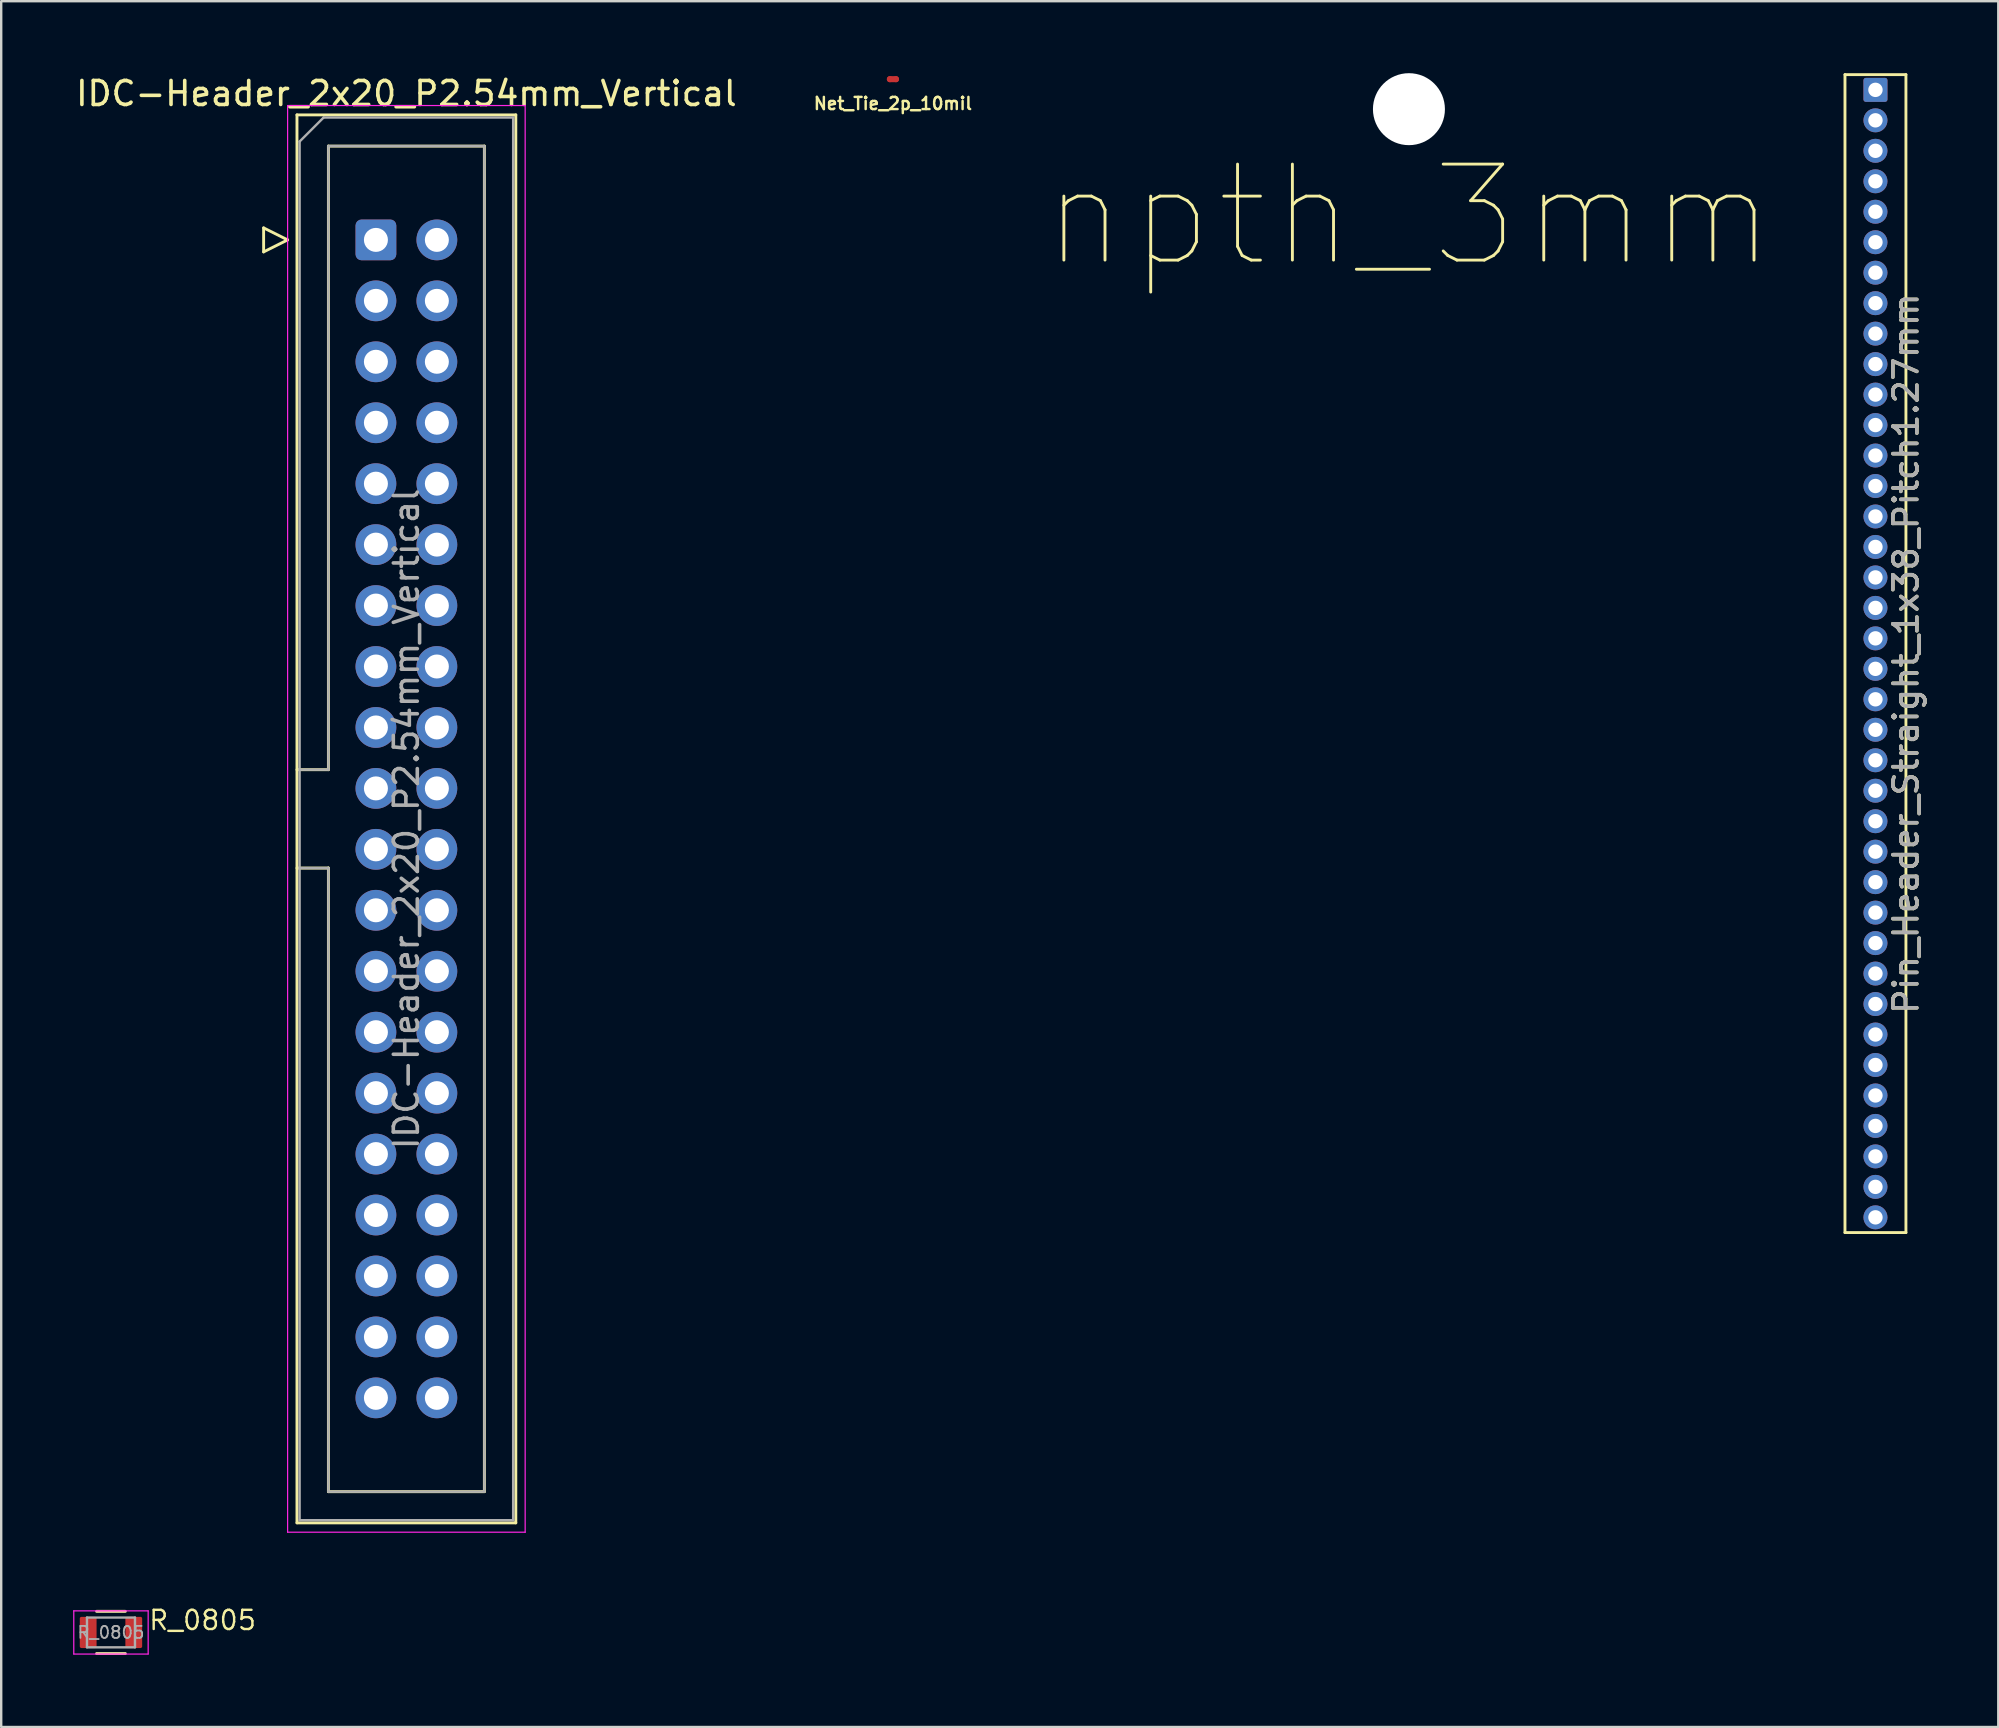
<source format=kicad_pcb>
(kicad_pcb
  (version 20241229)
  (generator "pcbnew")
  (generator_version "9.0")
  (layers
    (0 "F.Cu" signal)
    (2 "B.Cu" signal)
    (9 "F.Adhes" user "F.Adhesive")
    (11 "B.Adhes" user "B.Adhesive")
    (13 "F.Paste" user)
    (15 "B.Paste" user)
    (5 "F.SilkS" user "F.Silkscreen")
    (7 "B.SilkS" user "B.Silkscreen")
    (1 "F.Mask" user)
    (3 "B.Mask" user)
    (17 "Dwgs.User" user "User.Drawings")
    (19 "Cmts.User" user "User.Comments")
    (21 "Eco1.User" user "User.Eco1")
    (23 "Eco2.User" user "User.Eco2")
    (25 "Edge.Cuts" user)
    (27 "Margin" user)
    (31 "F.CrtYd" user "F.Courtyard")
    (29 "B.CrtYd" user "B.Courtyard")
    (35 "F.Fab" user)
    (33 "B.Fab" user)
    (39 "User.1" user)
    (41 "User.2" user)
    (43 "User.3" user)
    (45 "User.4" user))
  (footprint "IDC-Header_2x20_P2.54mm_Vertical"
    (layer "F.Cu")
    (at 12.617 6.948)
    (property "Reference" "IDC-Header_2x20_P2.54mm_Vertical" (at 1.27 -6.1 0) (layer "F.SilkS") (effects (font (size 1 1) (thickness 0.15))))
    (attr through_hole)
    (fp_line (start -4.68 -0.5) (end -4.68 0.5) (stroke (width 0.12) (type solid)) (layer "F.SilkS"))
    (fp_line (start -4.68 0.5) (end -3.68 0) (stroke (width 0.12) (type solid)) (layer "F.SilkS"))
    (fp_line (start -3.68 0) (end -4.68 -0.5) (stroke (width 0.12) (type solid)) (layer "F.SilkS"))
    (fp_line (start -3.29 -5.21) (end 5.83 -5.21) (stroke (width 0.12) (type solid)) (layer "F.SilkS"))
    (fp_line (start -3.29 22.08) (end -1.98 22.08) (stroke (width 0.12) (type solid)) (layer "F.SilkS"))
    (fp_line (start -3.29 53.47) (end -3.29 -5.21) (stroke (width 0.12) (type solid)) (layer "F.SilkS"))
    (fp_line (start -1.98 -3.91) (end 4.52 -3.91) (stroke (width 0.12) (type solid)) (layer "F.SilkS"))
    (fp_line (start -1.98 22.08) (end -1.98 -3.91) (stroke (width 0.12) (type solid)) (layer "F.SilkS"))
    (fp_line (start -1.98 26.18) (end -3.29 26.18) (stroke (width 0.12) (type solid)) (layer "F.SilkS"))
    (fp_line (start -1.98 26.18) (end -1.98 26.18) (stroke (width 0.12) (type solid)) (layer "F.SilkS"))
    (fp_line (start -1.98 52.17) (end -1.98 26.18) (stroke (width 0.12) (type solid)) (layer "F.SilkS"))
    (fp_line (start 4.52 -3.91) (end 4.52 52.17) (stroke (width 0.12) (type solid)) (layer "F.SilkS"))
    (fp_line (start 4.52 52.17) (end -1.98 52.17) (stroke (width 0.12) (type solid)) (layer "F.SilkS"))
    (fp_line (start 5.83 -5.21) (end 5.83 53.47) (stroke (width 0.12) (type solid)) (layer "F.SilkS"))
    (fp_line (start 5.83 53.47) (end -3.29 53.47) (stroke (width 0.12) (type solid)) (layer "F.SilkS"))
    (fp_line (start -3.68 -5.6) (end -3.68 53.86) (stroke (width 0.05) (type solid)) (layer "F.CrtYd"))
    (fp_line (start -3.68 53.86) (end 6.22 53.86) (stroke (width 0.05) (type solid)) (layer "F.CrtYd"))
    (fp_line (start 6.22 -5.6) (end -3.68 -5.6) (stroke (width 0.05) (type solid)) (layer "F.CrtYd"))
    (fp_line (start 6.22 53.86) (end 6.22 -5.6) (stroke (width 0.05) (type solid)) (layer "F.CrtYd"))
    (fp_line (start -3.18 -4.1) (end -2.18 -5.1) (stroke (width 0.1) (type solid)) (layer "F.Fab"))
    (fp_line (start -3.18 22.08) (end -1.98 22.08) (stroke (width 0.1) (type solid)) (layer "F.Fab"))
    (fp_line (start -3.18 53.36) (end -3.18 -4.1) (stroke (width 0.1) (type solid)) (layer "F.Fab"))
    (fp_line (start -2.18 -5.1) (end 5.72 -5.1) (stroke (width 0.1) (type solid)) (layer "F.Fab"))
    (fp_line (start -1.98 -3.91) (end 4.52 -3.91) (stroke (width 0.1) (type solid)) (layer "F.Fab"))
    (fp_line (start -1.98 22.08) (end -1.98 -3.91) (stroke (width 0.1) (type solid)) (layer "F.Fab"))
    (fp_line (start -1.98 26.18) (end -3.18 26.18) (stroke (width 0.1) (type solid)) (layer "F.Fab"))
    (fp_line (start -1.98 26.18) (end -1.98 26.18) (stroke (width 0.1) (type solid)) (layer "F.Fab"))
    (fp_line (start -1.98 52.17) (end -1.98 26.18) (stroke (width 0.1) (type solid)) (layer "F.Fab"))
    (fp_line (start 4.52 -3.91) (end 4.52 52.17) (stroke (width 0.1) (type solid)) (layer "F.Fab"))
    (fp_line (start 4.52 52.17) (end -1.98 52.17) (stroke (width 0.1) (type solid)) (layer "F.Fab"))
    (fp_line (start 5.72 -5.1) (end 5.72 53.36) (stroke (width 0.1) (type solid)) (layer "F.Fab"))
    (fp_line (start 5.72 53.36) (end -3.18 53.36) (stroke (width 0.1) (type solid)) (layer "F.Fab"))
    (fp_text user "${REFERENCE}" (at 1.27 24.13 90) (layer "F.Fab") (effects (font (size 1 1) (thickness 0.15))))
    (pad "1" thru_hole roundrect (at 0 0) (size 1.7 1.7) (drill 1) (layers "*.Cu" "*.Mask") (roundrect_rratio 0.147))
    (pad "2" thru_hole circle (at 2.54 0) (size 1.7 1.7) (drill 1) (layers "*.Cu" "*.Mask"))
    (pad "3" thru_hole circle (at 0 2.54) (size 1.7 1.7) (drill 1) (layers "*.Cu" "*.Mask"))
    (pad "4" thru_hole circle (at 2.54 2.54) (size 1.7 1.7) (drill 1) (layers "*.Cu" "*.Mask"))
    (pad "5" thru_hole circle (at 0 5.08) (size 1.7 1.7) (drill 1) (layers "*.Cu" "*.Mask"))
    (pad "6" thru_hole circle (at 2.54 5.08) (size 1.7 1.7) (drill 1) (layers "*.Cu" "*.Mask"))
    (pad "7" thru_hole circle (at 0 7.62) (size 1.7 1.7) (drill 1) (layers "*.Cu" "*.Mask"))
    (pad "8" thru_hole circle (at 2.54 7.62) (size 1.7 1.7) (drill 1) (layers "*.Cu" "*.Mask"))
    (pad "9" thru_hole circle (at 0 10.16) (size 1.7 1.7) (drill 1) (layers "*.Cu" "*.Mask"))
    (pad "10" thru_hole circle (at 2.54 10.16) (size 1.7 1.7) (drill 1) (layers "*.Cu" "*.Mask"))
    (pad "11" thru_hole circle (at 0 12.7) (size 1.7 1.7) (drill 1) (layers "*.Cu" "*.Mask"))
    (pad "12" thru_hole circle (at 2.54 12.7) (size 1.7 1.7) (drill 1) (layers "*.Cu" "*.Mask"))
    (pad "13" thru_hole circle (at 0 15.24) (size 1.7 1.7) (drill 1) (layers "*.Cu" "*.Mask"))
    (pad "14" thru_hole circle (at 2.54 15.24) (size 1.7 1.7) (drill 1) (layers "*.Cu" "*.Mask"))
    (pad "15" thru_hole circle (at 0 17.78) (size 1.7 1.7) (drill 1) (layers "*.Cu" "*.Mask"))
    (pad "16" thru_hole circle (at 2.54 17.78) (size 1.7 1.7) (drill 1) (layers "*.Cu" "*.Mask"))
    (pad "17" thru_hole circle (at 0 20.32) (size 1.7 1.7) (drill 1) (layers "*.Cu" "*.Mask"))
    (pad "18" thru_hole circle (at 2.54 20.32) (size 1.7 1.7) (drill 1) (layers "*.Cu" "*.Mask"))
    (pad "19" thru_hole circle (at 0 22.86) (size 1.7 1.7) (drill 1) (layers "*.Cu" "*.Mask"))
    (pad "20" thru_hole circle (at 2.54 22.86) (size 1.7 1.7) (drill 1) (layers "*.Cu" "*.Mask"))
    (pad "21" thru_hole circle (at 0 25.4) (size 1.7 1.7) (drill 1) (layers "*.Cu" "*.Mask"))
    (pad "22" thru_hole circle (at 2.54 25.4) (size 1.7 1.7) (drill 1) (layers "*.Cu" "*.Mask"))
    (pad "23" thru_hole circle (at 0 27.94) (size 1.7 1.7) (drill 1) (layers "*.Cu" "*.Mask"))
    (pad "24" thru_hole circle (at 2.54 27.94) (size 1.7 1.7) (drill 1) (layers "*.Cu" "*.Mask"))
    (pad "25" thru_hole circle (at 0 30.48) (size 1.7 1.7) (drill 1) (layers "*.Cu" "*.Mask"))
    (pad "26" thru_hole circle (at 2.54 30.48) (size 1.7 1.7) (drill 1) (layers "*.Cu" "*.Mask"))
    (pad "27" thru_hole circle (at 0 33.02) (size 1.7 1.7) (drill 1) (layers "*.Cu" "*.Mask"))
    (pad "28" thru_hole circle (at 2.54 33.02) (size 1.7 1.7) (drill 1) (layers "*.Cu" "*.Mask"))
    (pad "29" thru_hole circle (at 0 35.56) (size 1.7 1.7) (drill 1) (layers "*.Cu" "*.Mask"))
    (pad "30" thru_hole circle (at 2.54 35.56) (size 1.7 1.7) (drill 1) (layers "*.Cu" "*.Mask"))
    (pad "31" thru_hole circle (at 0 38.1) (size 1.7 1.7) (drill 1) (layers "*.Cu" "*.Mask"))
    (pad "32" thru_hole circle (at 2.54 38.1) (size 1.7 1.7) (drill 1) (layers "*.Cu" "*.Mask"))
    (pad "33" thru_hole circle (at 0 40.64) (size 1.7 1.7) (drill 1) (layers "*.Cu" "*.Mask"))
    (pad "34" thru_hole circle (at 2.54 40.64) (size 1.7 1.7) (drill 1) (layers "*.Cu" "*.Mask"))
    (pad "35" thru_hole circle (at 0 43.18) (size 1.7 1.7) (drill 1) (layers "*.Cu" "*.Mask"))
    (pad "36" thru_hole circle (at 2.54 43.18) (size 1.7 1.7) (drill 1) (layers "*.Cu" "*.Mask"))
    (pad "37" thru_hole circle (at 0 45.72) (size 1.7 1.7) (drill 1) (layers "*.Cu" "*.Mask"))
    (pad "38" thru_hole circle (at 2.54 45.72) (size 1.7 1.7) (drill 1) (layers "*.Cu" "*.Mask"))
    (pad "39" thru_hole circle (at 0 48.26) (size 1.7 1.7) (drill 1) (layers "*.Cu" "*.Mask"))
    (pad "40" thru_hole circle (at 2.54 48.26) (size 1.7 1.7) (drill 1) (layers "*.Cu" "*.Mask")))
  (footprint "npth_3mm"
    (layer "F.Cu")
    (at 55.67 1.5)
    (property "Reference" "npth_3mm" (at 0 4.445 0) (layer "F.SilkS") (effects (font (size 4 4) (thickness 0.12))))
    (attr through_hole)
    (pad "" np_thru_hole circle (at 0 0) (size 3 3) (drill 3) (layers "*.Cu" "*.Mask")))
  (footprint "Net_Tie_2p_10mil"
    (layer "F.Cu")
    (at 34.165 0.25)
    (property "Reference" "Net_Tie_2p_10mil" (at 0 1.016 0) (layer "F.SilkS") (effects (font (size 0.508 0.508) (thickness 0.102))))
    (attr through_hole)
    (fp_line (start -0.127 0) (end 0.127 0) (stroke (width 0.254) (type solid)) (layer "F.Cu"))
    (pad "1" smd circle (at -0.127 0) (size 0.254 0.254) (layers "F.Cu"))
    (pad "2" smd circle (at 0.127 0) (size 0.254 0.254) (layers "F.Cu")))
  (footprint "R_0805"
    (layer "F.Cu")
    (at 1.575 64.985)
    (property "Reference" "R_0805" (at 1.524 -0.508 0) (unlocked yes) (layer "F.SilkS") (effects (font (size 0.8 0.8) (thickness 0.1)) (justify left)))
    (attr smd)
    (fp_line (start -0.6 -0.88) (end 0.6 -0.88) (stroke (width 0.12) (type solid)) (layer "F.SilkS"))
    (fp_line (start 0.6 0.88) (end -0.6 0.88) (stroke (width 0.12) (type solid)) (layer "F.SilkS"))
    (fp_line (start -1.55 -0.9) (end -1.55 0.9) (stroke (width 0.05) (type solid)) (layer "F.CrtYd"))
    (fp_line (start -1.55 -0.9) (end 1.55 -0.9) (stroke (width 0.05) (type solid)) (layer "F.CrtYd"))
    (fp_line (start 1.55 0.9) (end -1.55 0.9) (stroke (width 0.05) (type solid)) (layer "F.CrtYd"))
    (fp_line (start 1.55 0.9) (end 1.55 -0.9) (stroke (width 0.05) (type solid)) (layer "F.CrtYd"))
    (fp_line (start -1 -0.62) (end 1 -0.62) (stroke (width 0.1) (type solid)) (layer "F.Fab"))
    (fp_line (start -1 0.62) (end -1 -0.62) (stroke (width 0.1) (type solid)) (layer "F.Fab"))
    (fp_line (start 1 -0.62) (end 1 0.62) (stroke (width 0.1) (type solid)) (layer "F.Fab"))
    (fp_line (start 1 0.62) (end -1 0.62) (stroke (width 0.1) (type solid)) (layer "F.Fab"))
    (fp_text user "${REFERENCE}" (at 0 0 0) (layer "F.Fab") (effects (font (size 0.5 0.5) (thickness 0.075))))
    (pad "1" smd roundrect (at -0.95 0) (size 0.7 1.3) (layers "F.Cu" "F.Mask" "F.Paste") (roundrect_rratio 0.1))
    (pad "2" smd roundrect (at 0.95 0) (size 0.7 1.3) (layers "F.Cu" "F.Mask" "F.Paste") (roundrect_rratio 0.1)))
  (footprint "Pin_Header_Straight_1x38_Pitch1.27mm"
    (layer "F.Cu")
    (at 75.113 24.19)
    (property "Reference" "Pin_Header_Straight_1x38_Pitch1.27mm" (at 1.27 0 270) (layer "F.SilkS") (effects (font (size 1 1) (thickness 0.15))))
    (attr through_hole)
    (fp_line (start -1.27 -24.13) (end 1.27 -24.13) (stroke (width 0.12) (type solid)) (layer "F.SilkS"))
    (fp_line (start -1.27 24.13) (end -1.27 -24.13) (stroke (width 0.12) (type solid)) (layer "F.SilkS"))
    (fp_line (start 1.27 -24.13) (end 1.27 24.13) (stroke (width 0.12) (type solid)) (layer "F.SilkS"))
    (fp_line (start 1.27 24.13) (end -1.27 24.13) (stroke (width 0.12) (type solid)) (layer "F.SilkS"))
    (fp_text user "${REFERENCE}" (at 1.27 0 270) (layer "F.Fab") (effects (font (size 1 1) (thickness 0.15))))
    (pad "1" thru_hole roundrect (at 0 -23.495) (size 1 1) (drill 0.6) (layers "*.Cu" "*.Mask") (roundrect_rratio 0.1))
    (pad "2" thru_hole circle (at 0 -22.225) (size 1 1) (drill 0.6) (layers "*.Cu" "*.Mask"))
    (pad "3" thru_hole circle (at 0 -20.955) (size 1 1) (drill 0.6) (layers "*.Cu" "*.Mask"))
    (pad "4" thru_hole circle (at 0 -19.685) (size 1 1) (drill 0.6) (layers "*.Cu" "*.Mask"))
    (pad "5" thru_hole circle (at 0 -18.415) (size 1 1) (drill 0.6) (layers "*.Cu" "*.Mask"))
    (pad "6" thru_hole circle (at 0 -17.145) (size 1 1) (drill 0.6) (layers "*.Cu" "*.Mask"))
    (pad "7" thru_hole circle (at 0 -15.875) (size 1 1) (drill 0.6) (layers "*.Cu" "*.Mask"))
    (pad "8" thru_hole circle (at 0 -14.605) (size 1 1) (drill 0.6) (layers "*.Cu" "*.Mask"))
    (pad "9" thru_hole circle (at 0 -13.335) (size 1 1) (drill 0.6) (layers "*.Cu" "*.Mask"))
    (pad "10" thru_hole circle (at 0 -12.065) (size 1 1) (drill 0.6) (layers "*.Cu" "*.Mask"))
    (pad "11" thru_hole circle (at 0 -10.795) (size 1 1) (drill 0.6) (layers "*.Cu" "*.Mask"))
    (pad "12" thru_hole circle (at 0 -9.525) (size 1 1) (drill 0.6) (layers "*.Cu" "*.Mask"))
    (pad "13" thru_hole circle (at 0 -8.255) (size 1 1) (drill 0.6) (layers "*.Cu" "*.Mask"))
    (pad "14" thru_hole circle (at 0 -6.985) (size 1 1) (drill 0.6) (layers "*.Cu" "*.Mask"))
    (pad "15" thru_hole circle (at 0 -5.715) (size 1 1) (drill 0.6) (layers "*.Cu" "*.Mask"))
    (pad "16" thru_hole circle (at 0 -4.445) (size 1 1) (drill 0.6) (layers "*.Cu" "*.Mask"))
    (pad "17" thru_hole circle (at 0 -3.175) (size 1 1) (drill 0.6) (layers "*.Cu" "*.Mask"))
    (pad "18" thru_hole circle (at 0 -1.905) (size 1 1) (drill 0.6) (layers "*.Cu" "*.Mask"))
    (pad "19" thru_hole circle (at 0 -0.635) (size 1 1) (drill 0.6) (layers "*.Cu" "*.Mask"))
    (pad "20" thru_hole circle (at 0 0.635) (size 1 1) (drill 0.6) (layers "*.Cu" "*.Mask"))
    (pad "21" thru_hole circle (at 0 1.905) (size 1 1) (drill 0.6) (layers "*.Cu" "*.Mask"))
    (pad "22" thru_hole circle (at 0 3.175) (size 1 1) (drill 0.6) (layers "*.Cu" "*.Mask"))
    (pad "23" thru_hole circle (at 0 4.445) (size 1 1) (drill 0.6) (layers "*.Cu" "*.Mask"))
    (pad "24" thru_hole circle (at 0 5.715) (size 1 1) (drill 0.6) (layers "*.Cu" "*.Mask"))
    (pad "25" thru_hole circle (at 0 6.985) (size 1 1) (drill 0.6) (layers "*.Cu" "*.Mask"))
    (pad "26" thru_hole circle (at 0 8.255) (size 1 1) (drill 0.6) (layers "*.Cu" "*.Mask"))
    (pad "27" thru_hole circle (at 0 9.525) (size 1 1) (drill 0.6) (layers "*.Cu" "*.Mask"))
    (pad "28" thru_hole circle (at 0 10.795) (size 1 1) (drill 0.6) (layers "*.Cu" "*.Mask"))
    (pad "29" thru_hole circle (at 0 12.065) (size 1 1) (drill 0.6) (layers "*.Cu" "*.Mask"))
    (pad "30" thru_hole circle (at 0 13.335) (size 1 1) (drill 0.6) (layers "*.Cu" "*.Mask"))
    (pad "31" thru_hole circle (at 0 14.605) (size 1 1) (drill 0.6) (layers "*.Cu" "*.Mask"))
    (pad "32" thru_hole circle (at 0 15.875) (size 1 1) (drill 0.6) (layers "*.Cu" "*.Mask"))
    (pad "33" thru_hole circle (at 0 17.145) (size 1 1) (drill 0.6) (layers "*.Cu" "*.Mask"))
    (pad "34" thru_hole circle (at 0 18.415) (size 1 1) (drill 0.6) (layers "*.Cu" "*.Mask"))
    (pad "35" thru_hole circle (at 0 19.685) (size 1 1) (drill 0.6) (layers "*.Cu" "*.Mask"))
    (pad "36" thru_hole circle (at 0 20.955) (size 1 1) (drill 0.6) (layers "*.Cu" "*.Mask"))
    (pad "37" thru_hole circle (at 0 22.225) (size 1 1) (drill 0.6) (layers "*.Cu" "*.Mask"))
    (pad "38" thru_hole circle (at 0 23.495) (size 1 1) (drill 0.6) (layers "*.Cu" "*.Mask")))
  (gr_rect
    (start -3 -3)
    (end 80.232 68.925)
    (stroke (width 0.1) (type default))
    (fill no)
    (layer "Edge.Cuts")))
</source>
